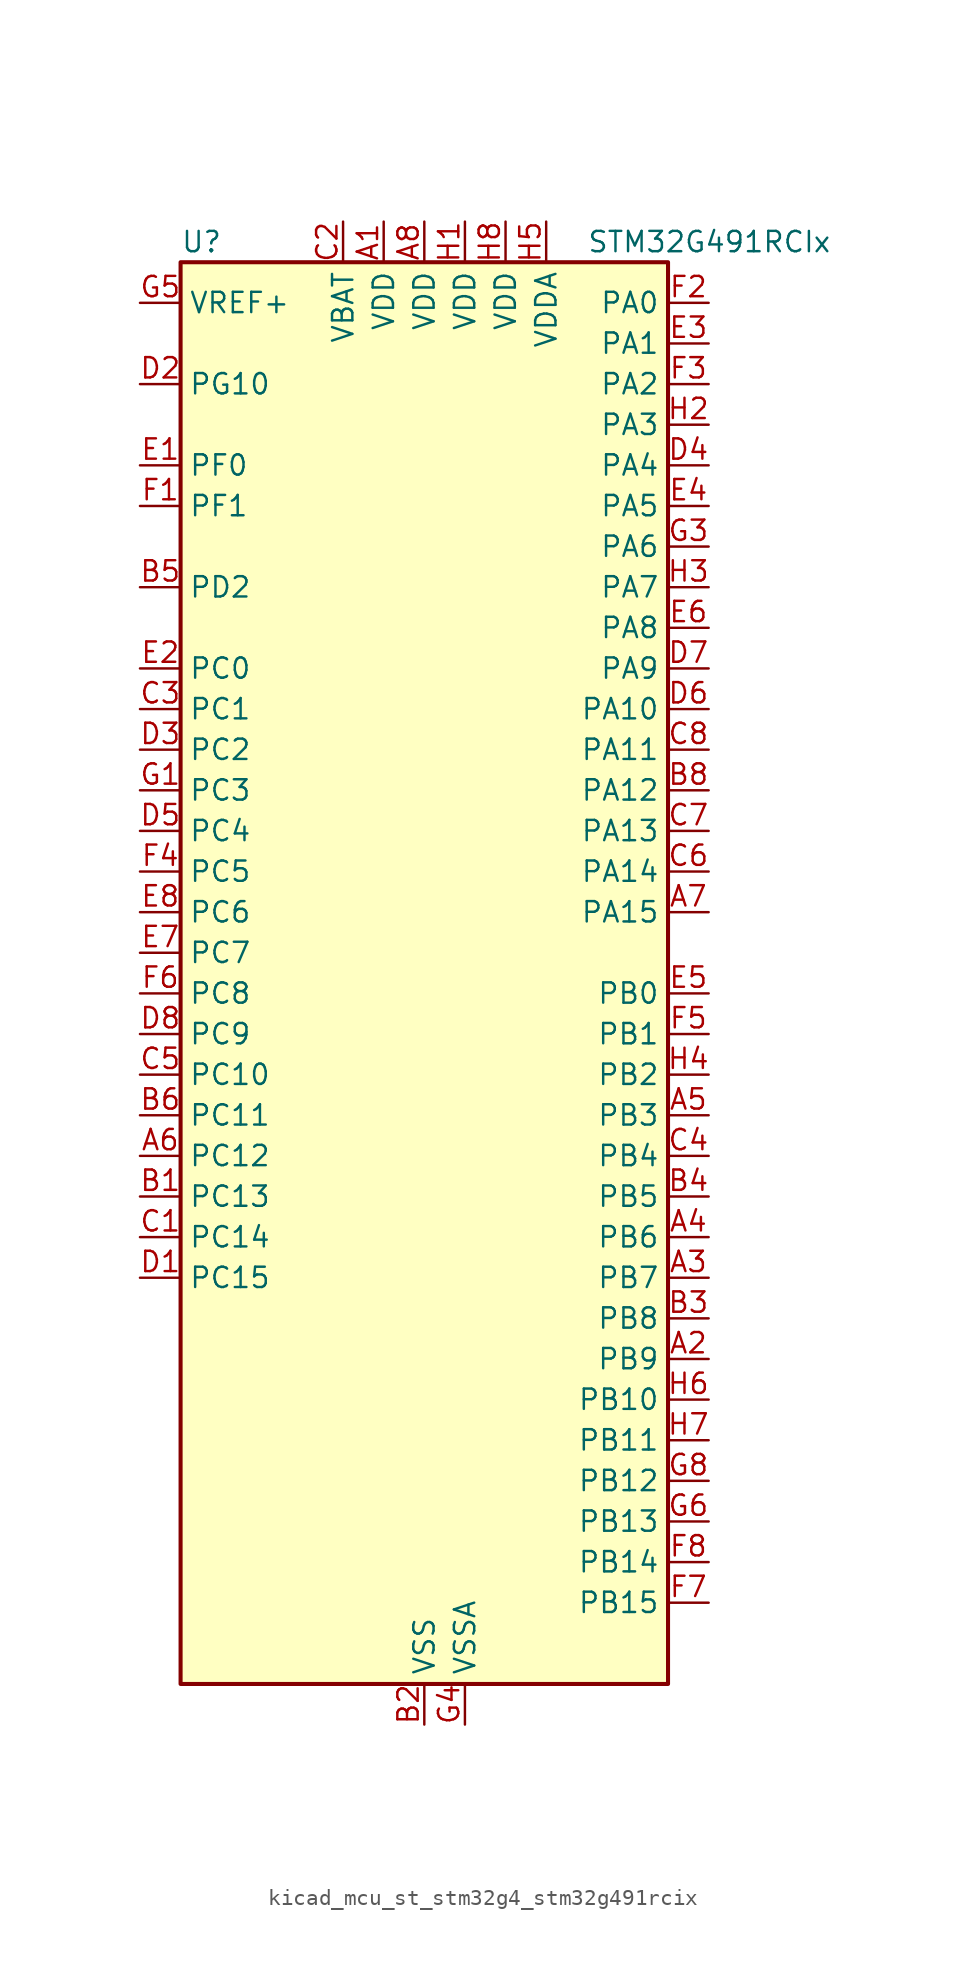
<source format=kicad_sym>
(kicad_symbol_lib
  (version 20220914)
  (generator kicad_symbol_editor)
  (symbol "kicad_mcu_st_stm32g4_stm32g491rcix"
    (property "Reference" "U"
      (at -15.24 46.99 0)
      (effects (font (size 1.27 1.27)) (justify left)))
    (property "Value" "STM32G491RCIx"
      (at 10.16 46.99 0)
      (effects (font (size 1.27 1.27)) (justify left)))
    (property "ki_locked" ""
      (at 0 0 0)
      (effects (font (size 1.27 1.27))))
    (symbol "kicad_mcu_st_stm32g4_stm32g491rcix_0_1"
      (rectangle (start -15.24 -43.18) (end 15.24 45.72) (stroke (width 0.254) (type default)) (fill (type background))))
    (symbol "kicad_mcu_st_stm32g4_stm32g491rcix_1_1"
      (pin power_in line (at -2.54 48.26 270) (length 2.54) (name "VDD" (effects (font (size 1.27 1.27)))) (number "A1" (effects (font (size 1.27 1.27)))))
      (pin bidirectional line (at 17.78 -22.86 180) (length 2.54) (name "PB9" (effects (font (size 1.27 1.27)))) (number "A2" (effects (font (size 1.27 1.27)))) (alternate "COMP2_OUT" bidirectional line) (alternate "DAC1_EXTI9" bidirectional line) (alternate "DAC3_EXTI9" bidirectional line) (alternate "FDCAN1_TX" bidirectional line) (alternate "I2C1_SDA" bidirectional line) (alternate "IR_OUT" bidirectional line) (alternate "SAI1_D2" bidirectional line) (alternate "SAI1_FS_A" bidirectional line) (alternate "TIM17_CH1" bidirectional line) (alternate "TIM1_CH3N" bidirectional line) (alternate "TIM4_CH4" bidirectional line) (alternate "TIM8_CH3" bidirectional line) (alternate "USART3_TX" bidirectional line))
      (pin bidirectional line (at 17.78 -17.78 180) (length 2.54) (name "PB7" (effects (font (size 1.27 1.27)))) (number "A3" (effects (font (size 1.27 1.27)))) (alternate "COMP3_OUT" bidirectional line) (alternate "I2C1_SDA" bidirectional line) (alternate "LPTIM1_IN2" bidirectional line) (alternate "SYS_PVD_IN" bidirectional line) (alternate "TIM17_CH1N" bidirectional line) (alternate "TIM3_CH4" bidirectional line) (alternate "TIM4_CH2" bidirectional line) (alternate "TIM8_BKIN" bidirectional line) (alternate "UART4_CTS" bidirectional line) (alternate "USART1_RX" bidirectional line))
      (pin bidirectional line (at 17.78 -15.24 180) (length 2.54) (name "PB6" (effects (font (size 1.27 1.27)))) (number "A4" (effects (font (size 1.27 1.27)))) (alternate "COMP4_OUT" bidirectional line) (alternate "FDCAN2_TX" bidirectional line) (alternate "LPTIM1_ETR" bidirectional line) (alternate "SAI1_FS_B" bidirectional line) (alternate "TIM16_CH1N" bidirectional line) (alternate "TIM4_CH1" bidirectional line) (alternate "TIM8_BKIN2" bidirectional line) (alternate "TIM8_CH1" bidirectional line) (alternate "TIM8_ETR" bidirectional line) (alternate "UCPD1_CC1" bidirectional line) (alternate "USART1_TX" bidirectional line))
      (pin bidirectional line (at 17.78 -7.62 180) (length 2.54) (name "PB3" (effects (font (size 1.27 1.27)))) (number "A5" (effects (font (size 1.27 1.27)))) (alternate "ADC3_EXTI3" bidirectional line) (alternate "CRS_SYNC" bidirectional line) (alternate "I2S3_CK" bidirectional line) (alternate "SAI1_SCK_B" bidirectional line) (alternate "SPI1_SCK" bidirectional line) (alternate "SPI3_SCK" bidirectional line) (alternate "SYS_JTDO-SWO" bidirectional line) (alternate "TIM2_CH2" bidirectional line) (alternate "TIM3_ETR" bidirectional line) (alternate "TIM4_ETR" bidirectional line) (alternate "TIM8_CH1N" bidirectional line) (alternate "USART2_TX" bidirectional line))
      (pin bidirectional line (at -17.78 -10.16 0) (length 2.54) (name "PC12" (effects (font (size 1.27 1.27)))) (number "A6" (effects (font (size 1.27 1.27)))) (alternate "I2S3_SD" bidirectional line) (alternate "SPI3_MOSI" bidirectional line) (alternate "TIM8_CH3N" bidirectional line) (alternate "UART5_TX" bidirectional line) (alternate "UCPD1_FRSTX1" bidirectional line) (alternate "UCPD1_FRSTX2" bidirectional line) (alternate "USART3_CK" bidirectional line))
      (pin bidirectional line (at 17.78 5.08 180) (length 2.54) (name "PA15" (effects (font (size 1.27 1.27)))) (number "A7" (effects (font (size 1.27 1.27)))) (alternate "ADC1_EXTI15" bidirectional line) (alternate "ADC2_EXTI15" bidirectional line) (alternate "I2C1_SCL" bidirectional line) (alternate "I2S3_WS" bidirectional line) (alternate "SPI1_NSS" bidirectional line) (alternate "SPI3_NSS" bidirectional line) (alternate "SYS_JTDI" bidirectional line) (alternate "TIM1_BKIN" bidirectional line) (alternate "TIM20_ETR" bidirectional line) (alternate "TIM2_CH1" bidirectional line) (alternate "TIM2_ETR" bidirectional line) (alternate "TIM8_CH1" bidirectional line) (alternate "UART4_DE" bidirectional line) (alternate "UART4_RTS" bidirectional line) (alternate "USART2_RX" bidirectional line))
      (pin power_in line (at 0 48.26 270) (length 2.54) (name "VDD" (effects (font (size 1.27 1.27)))) (number "A8" (effects (font (size 1.27 1.27)))))
      (pin bidirectional line (at -17.78 -12.7 0) (length 2.54) (name "PC13" (effects (font (size 1.27 1.27)))) (number "B1" (effects (font (size 1.27 1.27)))) (alternate "RTC_OUT1" bidirectional line) (alternate "RTC_TAMP1" bidirectional line) (alternate "RTC_TS" bidirectional line) (alternate "SYS_WKUP2" bidirectional line) (alternate "TIM1_BKIN" bidirectional line) (alternate "TIM1_CH1N" bidirectional line) (alternate "TIM8_CH4N" bidirectional line))
      (pin power_in line (at 0 -45.72 90) (length 2.54) (name "VSS" (effects (font (size 1.27 1.27)))) (number "B2" (effects (font (size 1.27 1.27)))))
      (pin bidirectional line (at 17.78 -20.32 180) (length 2.54) (name "PB8" (effects (font (size 1.27 1.27)))) (number "B3" (effects (font (size 1.27 1.27)))) (alternate "COMP1_OUT" bidirectional line) (alternate "FDCAN1_RX" bidirectional line) (alternate "I2C1_SCL" bidirectional line) (alternate "SAI1_CK1" bidirectional line) (alternate "SAI1_MCLK_A" bidirectional line) (alternate "TIM16_CH1" bidirectional line) (alternate "TIM1_BKIN" bidirectional line) (alternate "TIM4_CH3" bidirectional line) (alternate "TIM8_CH2" bidirectional line) (alternate "USART3_RX" bidirectional line))
      (pin bidirectional line (at 17.78 -12.7 180) (length 2.54) (name "PB5" (effects (font (size 1.27 1.27)))) (number "B4" (effects (font (size 1.27 1.27)))) (alternate "FDCAN2_RX" bidirectional line) (alternate "I2C1_SMBA" bidirectional line) (alternate "I2C3_SDA" bidirectional line) (alternate "I2S3_SD" bidirectional line) (alternate "LPTIM1_IN1" bidirectional line) (alternate "SAI1_SD_B" bidirectional line) (alternate "SPI1_MOSI" bidirectional line) (alternate "SPI3_MOSI" bidirectional line) (alternate "TIM16_BKIN" bidirectional line) (alternate "TIM17_CH1" bidirectional line) (alternate "TIM3_CH2" bidirectional line) (alternate "TIM8_CH3N" bidirectional line) (alternate "UART5_CTS" bidirectional line) (alternate "USART2_CK" bidirectional line))
      (pin bidirectional line (at -17.78 25.4 0) (length 2.54) (name "PD2" (effects (font (size 1.27 1.27)))) (number "B5" (effects (font (size 1.27 1.27)))) (alternate "ADC3_EXTI2" bidirectional line) (alternate "TIM3_ETR" bidirectional line) (alternate "TIM8_BKIN" bidirectional line) (alternate "UART5_RX" bidirectional line))
      (pin bidirectional line (at -17.78 -7.62 0) (length 2.54) (name "PC11" (effects (font (size 1.27 1.27)))) (number "B6" (effects (font (size 1.27 1.27)))) (alternate "ADC1_EXTI11" bidirectional line) (alternate "ADC2_EXTI11" bidirectional line) (alternate "I2C3_SDA" bidirectional line) (alternate "SPI3_MISO" bidirectional line) (alternate "TIM8_CH2N" bidirectional line) (alternate "UART4_RX" bidirectional line) (alternate "USART3_RX" bidirectional line))
      (pin passive line (at 0 -45.72 90) (length 2.54) hide (name "VSS" (effects (font (size 1.27 1.27)))) (number "B7" (effects (font (size 1.27 1.27)))))
      (pin bidirectional line (at 17.78 12.7 180) (length 2.54) (name "PA12" (effects (font (size 1.27 1.27)))) (number "B8" (effects (font (size 1.27 1.27)))) (alternate "COMP2_OUT" bidirectional line) (alternate "FDCAN1_TX" bidirectional line) (alternate "I2S_CKIN" bidirectional line) (alternate "TIM16_CH1" bidirectional line) (alternate "TIM1_CH2N" bidirectional line) (alternate "TIM1_ETR" bidirectional line) (alternate "TIM4_CH2" bidirectional line) (alternate "USART1_DE" bidirectional line) (alternate "USART1_RTS" bidirectional line) (alternate "USB_DP" bidirectional line))
      (pin bidirectional line (at -17.78 -15.24 0) (length 2.54) (name "PC14" (effects (font (size 1.27 1.27)))) (number "C1" (effects (font (size 1.27 1.27)))) (alternate "RCC_OSC32_IN" bidirectional line))
      (pin power_in line (at -5.08 48.26 270) (length 2.54) (name "VBAT" (effects (font (size 1.27 1.27)))) (number "C2" (effects (font (size 1.27 1.27)))))
      (pin bidirectional line (at -17.78 17.78 0) (length 2.54) (name "PC1" (effects (font (size 1.27 1.27)))) (number "C3" (effects (font (size 1.27 1.27)))) (alternate "ADC1_IN7" bidirectional line) (alternate "ADC2_IN7" bidirectional line) (alternate "COMP3_INP" bidirectional line) (alternate "LPTIM1_OUT" bidirectional line) (alternate "LPUART1_TX" bidirectional line) (alternate "QUADSPI1_BK2_IO0" bidirectional line) (alternate "SAI1_SD_A" bidirectional line) (alternate "TIM1_CH2" bidirectional line))
      (pin bidirectional line (at 17.78 -10.16 180) (length 2.54) (name "PB4" (effects (font (size 1.27 1.27)))) (number "C4" (effects (font (size 1.27 1.27)))) (alternate "SAI1_MCLK_B" bidirectional line) (alternate "SPI1_MISO" bidirectional line) (alternate "SPI3_MISO" bidirectional line) (alternate "SYS_JTRST" bidirectional line) (alternate "TIM16_CH1" bidirectional line) (alternate "TIM17_BKIN" bidirectional line) (alternate "TIM3_CH1" bidirectional line) (alternate "TIM8_CH2N" bidirectional line) (alternate "UART5_DE" bidirectional line) (alternate "UART5_RTS" bidirectional line) (alternate "UCPD1_CC2" bidirectional line) (alternate "USART2_RX" bidirectional line))
      (pin bidirectional line (at -17.78 -5.08 0) (length 2.54) (name "PC10" (effects (font (size 1.27 1.27)))) (number "C5" (effects (font (size 1.27 1.27)))) (alternate "DAC1_EXTI10" bidirectional line) (alternate "DAC3_EXTI10" bidirectional line) (alternate "I2S3_CK" bidirectional line) (alternate "SPI3_SCK" bidirectional line) (alternate "TIM8_CH1N" bidirectional line) (alternate "UART4_TX" bidirectional line) (alternate "USART3_TX" bidirectional line))
      (pin bidirectional line (at 17.78 7.62 180) (length 2.54) (name "PA14" (effects (font (size 1.27 1.27)))) (number "C6" (effects (font (size 1.27 1.27)))) (alternate "I2C1_SDA" bidirectional line) (alternate "LPTIM1_OUT" bidirectional line) (alternate "SAI1_FS_B" bidirectional line) (alternate "SYS_JTCK-SWCLK" bidirectional line) (alternate "TIM1_BKIN" bidirectional line) (alternate "TIM8_CH2" bidirectional line) (alternate "USART2_TX" bidirectional line))
      (pin bidirectional line (at 17.78 10.16 180) (length 2.54) (name "PA13" (effects (font (size 1.27 1.27)))) (number "C7" (effects (font (size 1.27 1.27)))) (alternate "I2C1_SCL" bidirectional line) (alternate "IR_OUT" bidirectional line) (alternate "SAI1_SD_B" bidirectional line) (alternate "SYS_JTMS-SWDIO" bidirectional line) (alternate "TIM16_CH1N" bidirectional line) (alternate "TIM4_CH3" bidirectional line) (alternate "USART3_CTS" bidirectional line) (alternate "USART3_NSS" bidirectional line))
      (pin bidirectional line (at 17.78 15.24 180) (length 2.54) (name "PA11" (effects (font (size 1.27 1.27)))) (number "C8" (effects (font (size 1.27 1.27)))) (alternate "ADC1_EXTI11" bidirectional line) (alternate "ADC2_EXTI11" bidirectional line) (alternate "COMP1_OUT" bidirectional line) (alternate "FDCAN1_RX" bidirectional line) (alternate "I2S2_SD" bidirectional line) (alternate "SPI2_MOSI" bidirectional line) (alternate "TIM1_BKIN2" bidirectional line) (alternate "TIM1_CH1N" bidirectional line) (alternate "TIM1_CH4" bidirectional line) (alternate "TIM4_CH1" bidirectional line) (alternate "USART1_CTS" bidirectional line) (alternate "USART1_NSS" bidirectional line) (alternate "USB_DM" bidirectional line))
      (pin bidirectional line (at -17.78 -17.78 0) (length 2.54) (name "PC15" (effects (font (size 1.27 1.27)))) (number "D1" (effects (font (size 1.27 1.27)))) (alternate "ADC1_EXTI15" bidirectional line) (alternate "ADC2_EXTI15" bidirectional line) (alternate "RCC_OSC32_OUT" bidirectional line))
      (pin bidirectional line (at -17.78 38.1 0) (length 2.54) (name "PG10" (effects (font (size 1.27 1.27)))) (number "D2" (effects (font (size 1.27 1.27)))) (alternate "DAC1_EXTI10" bidirectional line) (alternate "DAC3_EXTI10" bidirectional line) (alternate "RCC_MCO" bidirectional line))
      (pin bidirectional line (at -17.78 15.24 0) (length 2.54) (name "PC2" (effects (font (size 1.27 1.27)))) (number "D3" (effects (font (size 1.27 1.27)))) (alternate "ADC1_IN8" bidirectional line) (alternate "ADC2_IN8" bidirectional line) (alternate "ADC3_EXTI2" bidirectional line) (alternate "COMP3_OUT" bidirectional line) (alternate "LPTIM1_IN2" bidirectional line) (alternate "QUADSPI1_BK2_IO1" bidirectional line) (alternate "TIM1_CH3" bidirectional line) (alternate "TIM20_CH2" bidirectional line))
      (pin bidirectional line (at 17.78 33.02 180) (length 2.54) (name "PA4" (effects (font (size 1.27 1.27)))) (number "D4" (effects (font (size 1.27 1.27)))) (alternate "ADC2_IN17" bidirectional line) (alternate "COMP1_INM" bidirectional line) (alternate "DAC1_OUT1" bidirectional line) (alternate "I2S3_WS" bidirectional line) (alternate "SAI1_FS_B" bidirectional line) (alternate "SPI1_NSS" bidirectional line) (alternate "SPI3_NSS" bidirectional line) (alternate "TIM3_CH2" bidirectional line) (alternate "USART2_CK" bidirectional line))
      (pin bidirectional line (at -17.78 10.16 0) (length 2.54) (name "PC4" (effects (font (size 1.27 1.27)))) (number "D5" (effects (font (size 1.27 1.27)))) (alternate "ADC2_IN5" bidirectional line) (alternate "I2C2_SCL" bidirectional line) (alternate "QUADSPI1_BK2_IO3" bidirectional line) (alternate "TIM1_ETR" bidirectional line) (alternate "USART1_TX" bidirectional line))
      (pin bidirectional line (at 17.78 17.78 180) (length 2.54) (name "PA10" (effects (font (size 1.27 1.27)))) (number "D6" (effects (font (size 1.27 1.27)))) (alternate "CRS_SYNC" bidirectional line) (alternate "DAC1_EXTI10" bidirectional line) (alternate "DAC3_EXTI10" bidirectional line) (alternate "I2C2_SMBA" bidirectional line) (alternate "SAI1_D1" bidirectional line) (alternate "SAI1_SD_A" bidirectional line) (alternate "SPI2_MISO" bidirectional line) (alternate "TIM17_BKIN" bidirectional line) (alternate "TIM1_CH3" bidirectional line) (alternate "TIM2_CH4" bidirectional line) (alternate "TIM8_BKIN" bidirectional line) (alternate "UCPD1_DBCC2" bidirectional line) (alternate "USART1_RX" bidirectional line))
      (pin bidirectional line (at 17.78 20.32 180) (length 2.54) (name "PA9" (effects (font (size 1.27 1.27)))) (number "D7" (effects (font (size 1.27 1.27)))) (alternate "DAC1_EXTI9" bidirectional line) (alternate "DAC3_EXTI9" bidirectional line) (alternate "I2C2_SCL" bidirectional line) (alternate "I2C3_SMBA" bidirectional line) (alternate "I2S3_MCK" bidirectional line) (alternate "SAI1_FS_A" bidirectional line) (alternate "TIM15_BKIN" bidirectional line) (alternate "TIM1_CH2" bidirectional line) (alternate "TIM2_CH3" bidirectional line) (alternate "UCPD1_DBCC1" bidirectional line) (alternate "USART1_TX" bidirectional line))
      (pin bidirectional line (at -17.78 -2.54 0) (length 2.54) (name "PC9" (effects (font (size 1.27 1.27)))) (number "D8" (effects (font (size 1.27 1.27)))) (alternate "DAC1_EXTI9" bidirectional line) (alternate "DAC3_EXTI9" bidirectional line) (alternate "I2C3_SDA" bidirectional line) (alternate "I2S_CKIN" bidirectional line) (alternate "TIM3_CH4" bidirectional line) (alternate "TIM8_BKIN2" bidirectional line) (alternate "TIM8_CH4" bidirectional line))
      (pin bidirectional line (at -17.78 33.02 0) (length 2.54) (name "PF0" (effects (font (size 1.27 1.27)))) (number "E1" (effects (font (size 1.27 1.27)))) (alternate "ADC1_IN10" bidirectional line) (alternate "I2C2_SDA" bidirectional line) (alternate "I2S2_WS" bidirectional line) (alternate "RCC_OSC_IN" bidirectional line) (alternate "SPI2_NSS" bidirectional line) (alternate "TIM1_CH3N" bidirectional line))
      (pin bidirectional line (at -17.78 20.32 0) (length 2.54) (name "PC0" (effects (font (size 1.27 1.27)))) (number "E2" (effects (font (size 1.27 1.27)))) (alternate "ADC1_IN6" bidirectional line) (alternate "ADC2_IN6" bidirectional line) (alternate "COMP3_INM" bidirectional line) (alternate "LPTIM1_IN1" bidirectional line) (alternate "LPUART1_RX" bidirectional line) (alternate "TIM1_CH1" bidirectional line))
      (pin bidirectional line (at 17.78 40.64 180) (length 2.54) (name "PA1" (effects (font (size 1.27 1.27)))) (number "E3" (effects (font (size 1.27 1.27)))) (alternate "ADC1_IN2" bidirectional line) (alternate "ADC2_IN2" bidirectional line) (alternate "COMP1_INP" bidirectional line) (alternate "OPAMP1_VINP" bidirectional line) (alternate "OPAMP1_VINP_SEC" bidirectional line) (alternate "OPAMP3_VINP" bidirectional line) (alternate "OPAMP3_VINP_SEC" bidirectional line) (alternate "OPAMP6_VINM" bidirectional line) (alternate "OPAMP6_VINM0" bidirectional line) (alternate "OPAMP6_VINM_SEC" bidirectional line) (alternate "RTC_REFIN" bidirectional line) (alternate "TIM15_CH1N" bidirectional line) (alternate "TIM2_CH2" bidirectional line) (alternate "USART2_DE" bidirectional line) (alternate "USART2_RTS" bidirectional line))
      (pin bidirectional line (at 17.78 30.48 180) (length 2.54) (name "PA5" (effects (font (size 1.27 1.27)))) (number "E4" (effects (font (size 1.27 1.27)))) (alternate "ADC2_IN13" bidirectional line) (alternate "COMP2_INM" bidirectional line) (alternate "DAC1_OUT2" bidirectional line) (alternate "OPAMP2_VINM" bidirectional line) (alternate "OPAMP2_VINM0" bidirectional line) (alternate "OPAMP2_VINM_SEC" bidirectional line) (alternate "SPI1_SCK" bidirectional line) (alternate "TIM2_CH1" bidirectional line) (alternate "TIM2_ETR" bidirectional line) (alternate "UCPD1_FRSTX1" bidirectional line) (alternate "UCPD1_FRSTX2" bidirectional line))
      (pin bidirectional line (at 17.78 0 180) (length 2.54) (name "PB0" (effects (font (size 1.27 1.27)))) (number "E5" (effects (font (size 1.27 1.27)))) (alternate "ADC1_IN15" bidirectional line) (alternate "ADC3_IN12" bidirectional line) (alternate "COMP4_INP" bidirectional line) (alternate "OPAMP2_VINP" bidirectional line) (alternate "OPAMP2_VINP_SEC" bidirectional line) (alternate "OPAMP3_VINP" bidirectional line) (alternate "OPAMP3_VINP_SEC" bidirectional line) (alternate "QUADSPI1_BK1_IO1" bidirectional line) (alternate "TIM1_CH2N" bidirectional line) (alternate "TIM3_CH3" bidirectional line) (alternate "TIM8_CH2N" bidirectional line) (alternate "UCPD1_FRSTX1" bidirectional line) (alternate "UCPD1_FRSTX2" bidirectional line))
      (pin bidirectional line (at 17.78 22.86 180) (length 2.54) (name "PA8" (effects (font (size 1.27 1.27)))) (number "E6" (effects (font (size 1.27 1.27)))) (alternate "I2C2_SDA" bidirectional line) (alternate "I2C3_SCL" bidirectional line) (alternate "I2S2_MCK" bidirectional line) (alternate "RCC_MCO" bidirectional line) (alternate "SAI1_CK2" bidirectional line) (alternate "SAI1_SCK_A" bidirectional line) (alternate "TIM1_CH1" bidirectional line) (alternate "TIM4_ETR" bidirectional line) (alternate "USART1_CK" bidirectional line))
      (pin bidirectional line (at -17.78 2.54 0) (length 2.54) (name "PC7" (effects (font (size 1.27 1.27)))) (number "E7" (effects (font (size 1.27 1.27)))) (alternate "I2S3_MCK" bidirectional line) (alternate "TIM3_CH2" bidirectional line) (alternate "TIM8_CH2" bidirectional line))
      (pin bidirectional line (at -17.78 5.08 0) (length 2.54) (name "PC6" (effects (font (size 1.27 1.27)))) (number "E8" (effects (font (size 1.27 1.27)))) (alternate "I2S2_MCK" bidirectional line) (alternate "TIM3_CH1" bidirectional line) (alternate "TIM8_CH1" bidirectional line))
      (pin bidirectional line (at -17.78 30.48 0) (length 2.54) (name "PF1" (effects (font (size 1.27 1.27)))) (number "F1" (effects (font (size 1.27 1.27)))) (alternate "ADC2_IN10" bidirectional line) (alternate "COMP3_INM" bidirectional line) (alternate "I2S2_CK" bidirectional line) (alternate "RCC_OSC_OUT" bidirectional line) (alternate "SPI2_SCK" bidirectional line))
      (pin bidirectional line (at 17.78 43.18 180) (length 2.54) (name "PA0" (effects (font (size 1.27 1.27)))) (number "F2" (effects (font (size 1.27 1.27)))) (alternate "ADC1_IN1" bidirectional line) (alternate "ADC2_IN1" bidirectional line) (alternate "COMP1_INM" bidirectional line) (alternate "COMP1_OUT" bidirectional line) (alternate "COMP3_INP" bidirectional line) (alternate "RTC_TAMP2" bidirectional line) (alternate "SYS_WKUP1" bidirectional line) (alternate "TIM2_CH1" bidirectional line) (alternate "TIM2_ETR" bidirectional line) (alternate "TIM8_BKIN" bidirectional line) (alternate "TIM8_ETR" bidirectional line) (alternate "USART2_CTS" bidirectional line) (alternate "USART2_NSS" bidirectional line))
      (pin bidirectional line (at 17.78 38.1 180) (length 2.54) (name "PA2" (effects (font (size 1.27 1.27)))) (number "F3" (effects (font (size 1.27 1.27)))) (alternate "ADC1_IN3" bidirectional line) (alternate "ADC3_EXTI2" bidirectional line) (alternate "COMP2_INM" bidirectional line) (alternate "COMP2_OUT" bidirectional line) (alternate "LPUART1_TX" bidirectional line) (alternate "OPAMP1_VOUT" bidirectional line) (alternate "QUADSPI1_BK1_NCS" bidirectional line) (alternate "RCC_LSCO" bidirectional line) (alternate "SYS_WKUP4" bidirectional line) (alternate "TIM15_CH1" bidirectional line) (alternate "TIM2_CH3" bidirectional line) (alternate "UCPD1_FRSTX1" bidirectional line) (alternate "UCPD1_FRSTX2" bidirectional line) (alternate "USART2_TX" bidirectional line))
      (pin bidirectional line (at -17.78 7.62 0) (length 2.54) (name "PC5" (effects (font (size 1.27 1.27)))) (number "F4" (effects (font (size 1.27 1.27)))) (alternate "ADC2_IN11" bidirectional line) (alternate "OPAMP1_VINM" bidirectional line) (alternate "OPAMP1_VINM1" bidirectional line) (alternate "OPAMP1_VINM_SEC" bidirectional line) (alternate "OPAMP2_VINM" bidirectional line) (alternate "OPAMP2_VINM1" bidirectional line) (alternate "OPAMP2_VINM_SEC" bidirectional line) (alternate "SAI1_D3" bidirectional line) (alternate "SYS_WKUP5" bidirectional line) (alternate "TIM15_BKIN" bidirectional line) (alternate "TIM1_CH4N" bidirectional line) (alternate "USART1_RX" bidirectional line))
      (pin bidirectional line (at 17.78 -2.54 180) (length 2.54) (name "PB1" (effects (font (size 1.27 1.27)))) (number "F5" (effects (font (size 1.27 1.27)))) (alternate "ADC1_IN12" bidirectional line) (alternate "ADC3_IN1" bidirectional line) (alternate "COMP1_INP" bidirectional line) (alternate "COMP4_OUT" bidirectional line) (alternate "LPUART1_DE" bidirectional line) (alternate "LPUART1_RTS" bidirectional line) (alternate "OPAMP3_VOUT" bidirectional line) (alternate "OPAMP6_VINM" bidirectional line) (alternate "OPAMP6_VINM1" bidirectional line) (alternate "OPAMP6_VINM_SEC" bidirectional line) (alternate "QUADSPI1_BK1_IO0" bidirectional line) (alternate "TIM1_CH3N" bidirectional line) (alternate "TIM3_CH4" bidirectional line) (alternate "TIM8_CH3N" bidirectional line))
      (pin bidirectional line (at -17.78 0 0) (length 2.54) (name "PC8" (effects (font (size 1.27 1.27)))) (number "F6" (effects (font (size 1.27 1.27)))) (alternate "I2C3_SCL" bidirectional line) (alternate "TIM20_CH3" bidirectional line) (alternate "TIM3_CH3" bidirectional line) (alternate "TIM8_CH3" bidirectional line))
      (pin bidirectional line (at 17.78 -38.1 180) (length 2.54) (name "PB15" (effects (font (size 1.27 1.27)))) (number "F7" (effects (font (size 1.27 1.27)))) (alternate "ADC1_EXTI15" bidirectional line) (alternate "ADC2_EXTI15" bidirectional line) (alternate "ADC2_IN15" bidirectional line) (alternate "COMP3_OUT" bidirectional line) (alternate "I2S2_SD" bidirectional line) (alternate "RTC_REFIN" bidirectional line) (alternate "SPI2_MOSI" bidirectional line) (alternate "TIM15_CH1N" bidirectional line) (alternate "TIM15_CH2" bidirectional line) (alternate "TIM1_CH3N" bidirectional line))
      (pin bidirectional line (at 17.78 -35.56 180) (length 2.54) (name "PB14" (effects (font (size 1.27 1.27)))) (number "F8" (effects (font (size 1.27 1.27)))) (alternate "ADC1_IN5" bidirectional line) (alternate "COMP4_OUT" bidirectional line) (alternate "OPAMP2_VINP" bidirectional line) (alternate "OPAMP2_VINP_SEC" bidirectional line) (alternate "SPI2_MISO" bidirectional line) (alternate "TIM15_CH1" bidirectional line) (alternate "TIM1_CH2N" bidirectional line) (alternate "USART3_DE" bidirectional line) (alternate "USART3_RTS" bidirectional line))
      (pin bidirectional line (at -17.78 12.7 0) (length 2.54) (name "PC3" (effects (font (size 1.27 1.27)))) (number "G1" (effects (font (size 1.27 1.27)))) (alternate "ADC1_IN9" bidirectional line) (alternate "ADC2_IN9" bidirectional line) (alternate "ADC3_EXTI3" bidirectional line) (alternate "LPTIM1_ETR" bidirectional line) (alternate "QUADSPI1_BK2_IO2" bidirectional line) (alternate "SAI1_D1" bidirectional line) (alternate "SAI1_SD_A" bidirectional line) (alternate "TIM1_BKIN2" bidirectional line) (alternate "TIM1_CH4" bidirectional line))
      (pin passive line (at 0 -45.72 90) (length 2.54) hide (name "VSS" (effects (font (size 1.27 1.27)))) (number "G2" (effects (font (size 1.27 1.27)))))
      (pin bidirectional line (at 17.78 27.94 180) (length 2.54) (name "PA6" (effects (font (size 1.27 1.27)))) (number "G3" (effects (font (size 1.27 1.27)))) (alternate "ADC2_IN3" bidirectional line) (alternate "COMP1_OUT" bidirectional line) (alternate "LPUART1_CTS" bidirectional line) (alternate "OPAMP2_VOUT" bidirectional line) (alternate "QUADSPI1_BK1_IO3" bidirectional line) (alternate "SPI1_MISO" bidirectional line) (alternate "TIM16_CH1" bidirectional line) (alternate "TIM1_BKIN" bidirectional line) (alternate "TIM3_CH1" bidirectional line) (alternate "TIM8_BKIN" bidirectional line))
      (pin power_in line (at 2.54 -45.72 90) (length 2.54) (name "VSSA" (effects (font (size 1.27 1.27)))) (number "G4" (effects (font (size 1.27 1.27)))))
      (pin input line (at -17.78 43.18 0) (length 2.54) (name "VREF+" (effects (font (size 1.27 1.27)))) (number "G5" (effects (font (size 1.27 1.27)))) (alternate "VREFBUF_OUT" bidirectional line))
      (pin bidirectional line (at 17.78 -33.02 180) (length 2.54) (name "PB13" (effects (font (size 1.27 1.27)))) (number "G6" (effects (font (size 1.27 1.27)))) (alternate "ADC3_IN5" bidirectional line) (alternate "FDCAN2_TX" bidirectional line) (alternate "I2S2_CK" bidirectional line) (alternate "LPUART1_CTS" bidirectional line) (alternate "OPAMP3_VINP" bidirectional line) (alternate "OPAMP3_VINP_SEC" bidirectional line) (alternate "OPAMP6_VINP" bidirectional line) (alternate "OPAMP6_VINP_SEC" bidirectional line) (alternate "SPI2_SCK" bidirectional line) (alternate "TIM1_CH1N" bidirectional line) (alternate "USART3_CTS" bidirectional line) (alternate "USART3_NSS" bidirectional line))
      (pin passive line (at 0 -45.72 90) (length 2.54) hide (name "VSS" (effects (font (size 1.27 1.27)))) (number "G7" (effects (font (size 1.27 1.27)))))
      (pin bidirectional line (at 17.78 -30.48 180) (length 2.54) (name "PB12" (effects (font (size 1.27 1.27)))) (number "G8" (effects (font (size 1.27 1.27)))) (alternate "ADC1_IN11" bidirectional line) (alternate "FDCAN2_RX" bidirectional line) (alternate "I2C2_SMBA" bidirectional line) (alternate "I2S2_WS" bidirectional line) (alternate "LPUART1_DE" bidirectional line) (alternate "LPUART1_RTS" bidirectional line) (alternate "OPAMP6_VINP" bidirectional line) (alternate "OPAMP6_VINP_SEC" bidirectional line) (alternate "SPI2_NSS" bidirectional line) (alternate "TIM1_BKIN" bidirectional line) (alternate "USART3_CK" bidirectional line))
      (pin power_in line (at 2.54 48.26 270) (length 2.54) (name "VDD" (effects (font (size 1.27 1.27)))) (number "H1" (effects (font (size 1.27 1.27)))))
      (pin bidirectional line (at 17.78 35.56 180) (length 2.54) (name "PA3" (effects (font (size 1.27 1.27)))) (number "H2" (effects (font (size 1.27 1.27)))) (alternate "ADC1_IN4" bidirectional line) (alternate "ADC3_EXTI3" bidirectional line) (alternate "COMP2_INP" bidirectional line) (alternate "LPUART1_RX" bidirectional line) (alternate "OPAMP1_VINM" bidirectional line) (alternate "OPAMP1_VINM0" bidirectional line) (alternate "OPAMP1_VINM_SEC" bidirectional line) (alternate "OPAMP1_VINP" bidirectional line) (alternate "OPAMP1_VINP_SEC" bidirectional line) (alternate "QUADSPI1_CLK" bidirectional line) (alternate "SAI1_CK1" bidirectional line) (alternate "SAI1_MCLK_A" bidirectional line) (alternate "TIM15_CH2" bidirectional line) (alternate "TIM2_CH4" bidirectional line) (alternate "USART2_RX" bidirectional line))
      (pin bidirectional line (at 17.78 25.4 180) (length 2.54) (name "PA7" (effects (font (size 1.27 1.27)))) (number "H3" (effects (font (size 1.27 1.27)))) (alternate "ADC2_IN4" bidirectional line) (alternate "COMP2_INP" bidirectional line) (alternate "COMP2_OUT" bidirectional line) (alternate "OPAMP1_VINP" bidirectional line) (alternate "OPAMP1_VINP_SEC" bidirectional line) (alternate "OPAMP2_VINP" bidirectional line) (alternate "OPAMP2_VINP_SEC" bidirectional line) (alternate "QUADSPI1_BK1_IO2" bidirectional line) (alternate "SPI1_MOSI" bidirectional line) (alternate "TIM17_CH1" bidirectional line) (alternate "TIM1_CH1N" bidirectional line) (alternate "TIM3_CH2" bidirectional line) (alternate "TIM8_CH1N" bidirectional line) (alternate "UCPD1_FRSTX1" bidirectional line) (alternate "UCPD1_FRSTX2" bidirectional line))
      (pin bidirectional line (at 17.78 -5.08 180) (length 2.54) (name "PB2" (effects (font (size 1.27 1.27)))) (number "H4" (effects (font (size 1.27 1.27)))) (alternate "ADC2_IN12" bidirectional line) (alternate "ADC3_EXTI2" bidirectional line) (alternate "COMP4_INM" bidirectional line) (alternate "I2C3_SMBA" bidirectional line) (alternate "LPTIM1_OUT" bidirectional line) (alternate "OPAMP3_VINM" bidirectional line) (alternate "OPAMP3_VINM0" bidirectional line) (alternate "OPAMP3_VINM_SEC" bidirectional line) (alternate "QUADSPI1_BK2_IO1" bidirectional line) (alternate "RTC_OUT2" bidirectional line) (alternate "TIM20_CH1" bidirectional line))
      (pin power_in line (at 7.62 48.26 270) (length 2.54) (name "VDDA" (effects (font (size 1.27 1.27)))) (number "H5" (effects (font (size 1.27 1.27)))))
      (pin bidirectional line (at 17.78 -25.4 180) (length 2.54) (name "PB10" (effects (font (size 1.27 1.27)))) (number "H6" (effects (font (size 1.27 1.27)))) (alternate "DAC1_EXTI10" bidirectional line) (alternate "DAC3_EXTI10" bidirectional line) (alternate "LPUART1_RX" bidirectional line) (alternate "OPAMP3_VINM" bidirectional line) (alternate "OPAMP3_VINM1" bidirectional line) (alternate "OPAMP3_VINM_SEC" bidirectional line) (alternate "QUADSPI1_CLK" bidirectional line) (alternate "SAI1_SCK_A" bidirectional line) (alternate "TIM1_BKIN" bidirectional line) (alternate "TIM2_CH3" bidirectional line) (alternate "USART3_TX" bidirectional line))
      (pin bidirectional line (at 17.78 -27.94 180) (length 2.54) (name "PB11" (effects (font (size 1.27 1.27)))) (number "H7" (effects (font (size 1.27 1.27)))) (alternate "ADC1_EXTI11" bidirectional line) (alternate "ADC1_IN14" bidirectional line) (alternate "ADC2_EXTI11" bidirectional line) (alternate "ADC2_IN14" bidirectional line) (alternate "LPUART1_TX" bidirectional line) (alternate "OPAMP6_VOUT" bidirectional line) (alternate "QUADSPI1_BK1_NCS" bidirectional line) (alternate "TIM2_CH4" bidirectional line) (alternate "USART3_RX" bidirectional line))
      (pin power_in line (at 5.08 48.26 270) (length 2.54) (name "VDD" (effects (font (size 1.27 1.27)))) (number "H8" (effects (font (size 1.27 1.27))))))))
</source>
